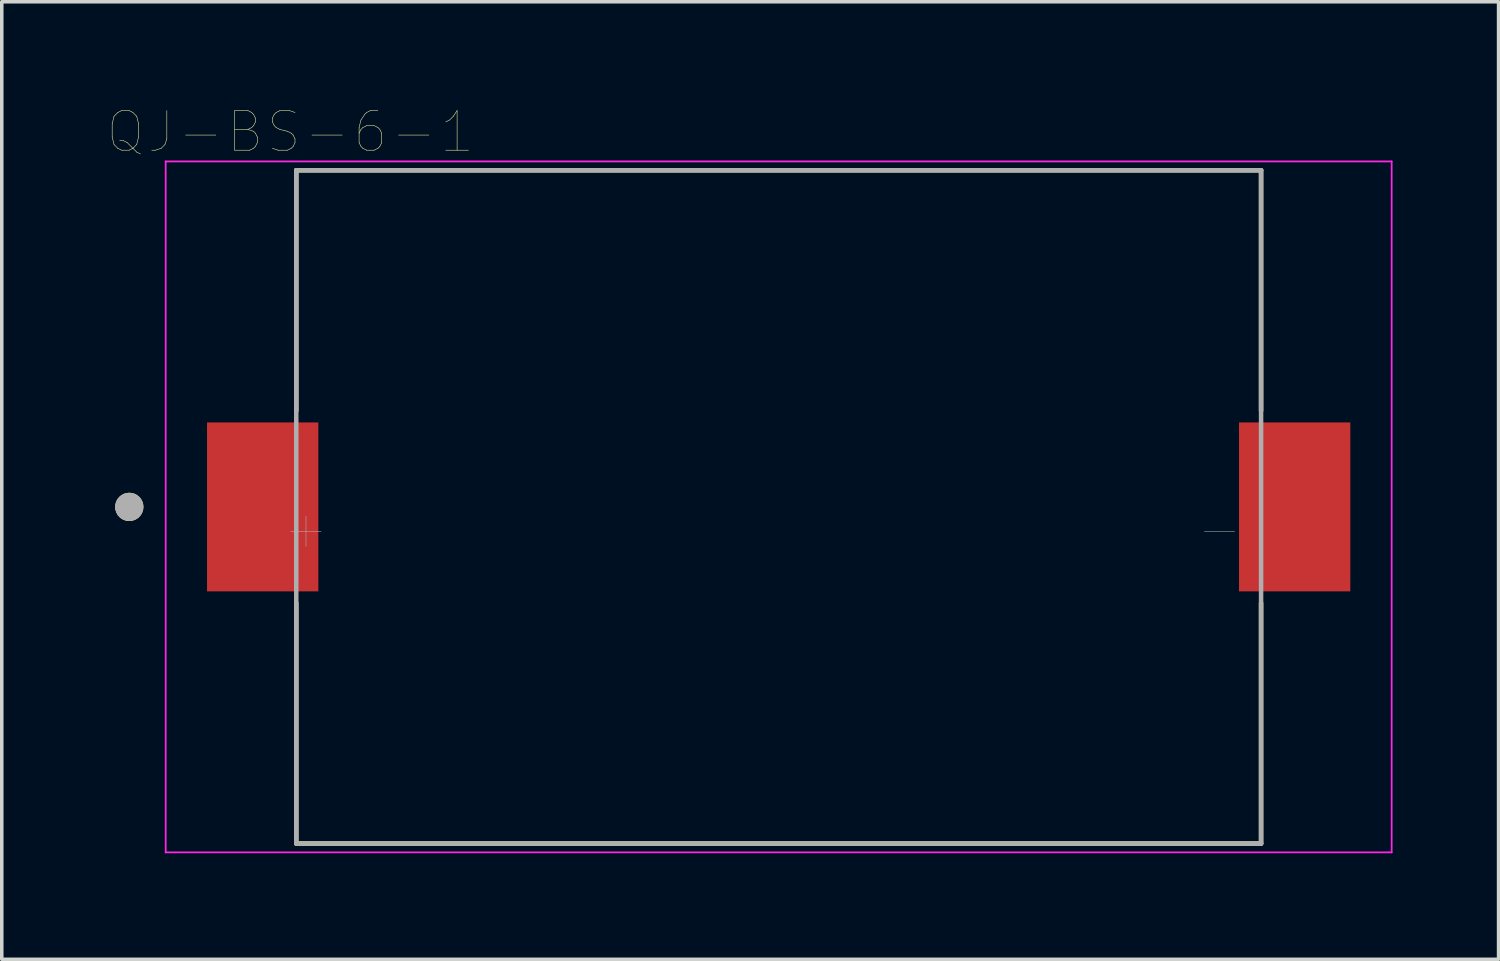
<source format=kicad_pcb>
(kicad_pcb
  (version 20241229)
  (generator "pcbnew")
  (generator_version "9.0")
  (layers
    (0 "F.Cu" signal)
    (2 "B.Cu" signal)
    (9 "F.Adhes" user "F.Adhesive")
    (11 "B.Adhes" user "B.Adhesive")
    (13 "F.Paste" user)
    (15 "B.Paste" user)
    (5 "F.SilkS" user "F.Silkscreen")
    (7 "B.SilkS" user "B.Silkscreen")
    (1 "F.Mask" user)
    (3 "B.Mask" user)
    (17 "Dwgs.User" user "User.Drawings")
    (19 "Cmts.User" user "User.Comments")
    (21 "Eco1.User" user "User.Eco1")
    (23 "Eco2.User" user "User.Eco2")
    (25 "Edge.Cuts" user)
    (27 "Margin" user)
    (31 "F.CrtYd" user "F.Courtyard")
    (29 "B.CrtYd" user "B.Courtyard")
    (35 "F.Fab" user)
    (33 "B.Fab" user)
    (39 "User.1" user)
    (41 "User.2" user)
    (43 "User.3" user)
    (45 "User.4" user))
  (footprint "QJ-BS-6-1"
    (layer "F.Cu")
    (at 18.983 11.293)
    (property "Reference" "QJ-BS-6-1" (at -13.819 -10.611 0) (layer "F.SilkS") (effects (font (size 1.12 1.12) (thickness 0.015))))
    (attr through_hole)
    (fp_line (start -13.65 -9.525) (end 13.65 -9.525) (stroke (width 0.127) (type solid)) (layer "F.SilkS"))
    (fp_line (start -13.65 -2.72) (end -13.65 -9.525) (stroke (width 0.127) (type solid)) (layer "F.SilkS"))
    (fp_line (start -13.65 9.525) (end -13.65 2.72) (stroke (width 0.127) (type solid)) (layer "F.SilkS"))
    (fp_line (start 13.65 -9.525) (end 13.65 -2.72) (stroke (width 0.127) (type solid)) (layer "F.SilkS"))
    (fp_line (start 13.65 2.72) (end 13.65 9.525) (stroke (width 0.127) (type solid)) (layer "F.SilkS"))
    (fp_line (start 13.65 9.525) (end -13.65 9.525) (stroke (width 0.127) (type solid)) (layer "F.SilkS"))
    (fp_circle (center -18.375 0) (end -18.175 0) (stroke (width 0.4) (type solid)) (fill no) (layer "F.SilkS"))
    (fp_line (start -17.345 -9.775) (end 17.345 -9.775) (stroke (width 0.05) (type solid)) (layer "F.CrtYd"))
    (fp_line (start -17.345 9.775) (end -17.345 -9.775) (stroke (width 0.05) (type solid)) (layer "F.CrtYd"))
    (fp_line (start 17.345 -9.775) (end 17.345 9.775) (stroke (width 0.05) (type solid)) (layer "F.CrtYd"))
    (fp_line (start 17.345 9.775) (end -17.345 9.775) (stroke (width 0.05) (type solid)) (layer "F.CrtYd"))
    (fp_line (start -13.65 -9.525) (end 13.65 -9.525) (stroke (width 0.127) (type solid)) (layer "F.Fab"))
    (fp_line (start -13.65 9.525) (end -13.65 -9.525) (stroke (width 0.127) (type solid)) (layer "F.Fab"))
    (fp_line (start 13.65 -9.525) (end 13.65 9.525) (stroke (width 0.127) (type solid)) (layer "F.Fab"))
    (fp_line (start 13.65 9.525) (end -13.65 9.525) (stroke (width 0.127) (type solid)) (layer "F.Fab"))
    (fp_circle (center -18.375 0) (end -18.175 0) (stroke (width 0.4) (type solid)) (fill no) (layer "F.Fab"))
    (fp_text user "-" (at 12.475 0.6 0) (layer "F.Fab") (effects (font (size 1.12 1.12) (thickness 0.015))))
    (fp_text user "+" (at -13.375 0.6 0) (layer "F.Fab") (effects (font (size 1.12 1.12) (thickness 0.015))))
    (pad "1" smd rect (at -14.6 0) (size 3.15 4.78) (layers "F.Cu" "F.Mask" "F.Paste"))
    (pad "2" smd rect (at 14.6 0) (size 3.15 4.78) (layers "F.Cu" "F.Mask" "F.Paste")))
  (gr_rect
    (start -3 -3)
    (end 39.353 24.093)
    (stroke (width 0.1) (type default))
    (fill no)
    (layer "Edge.Cuts")))
</source>
